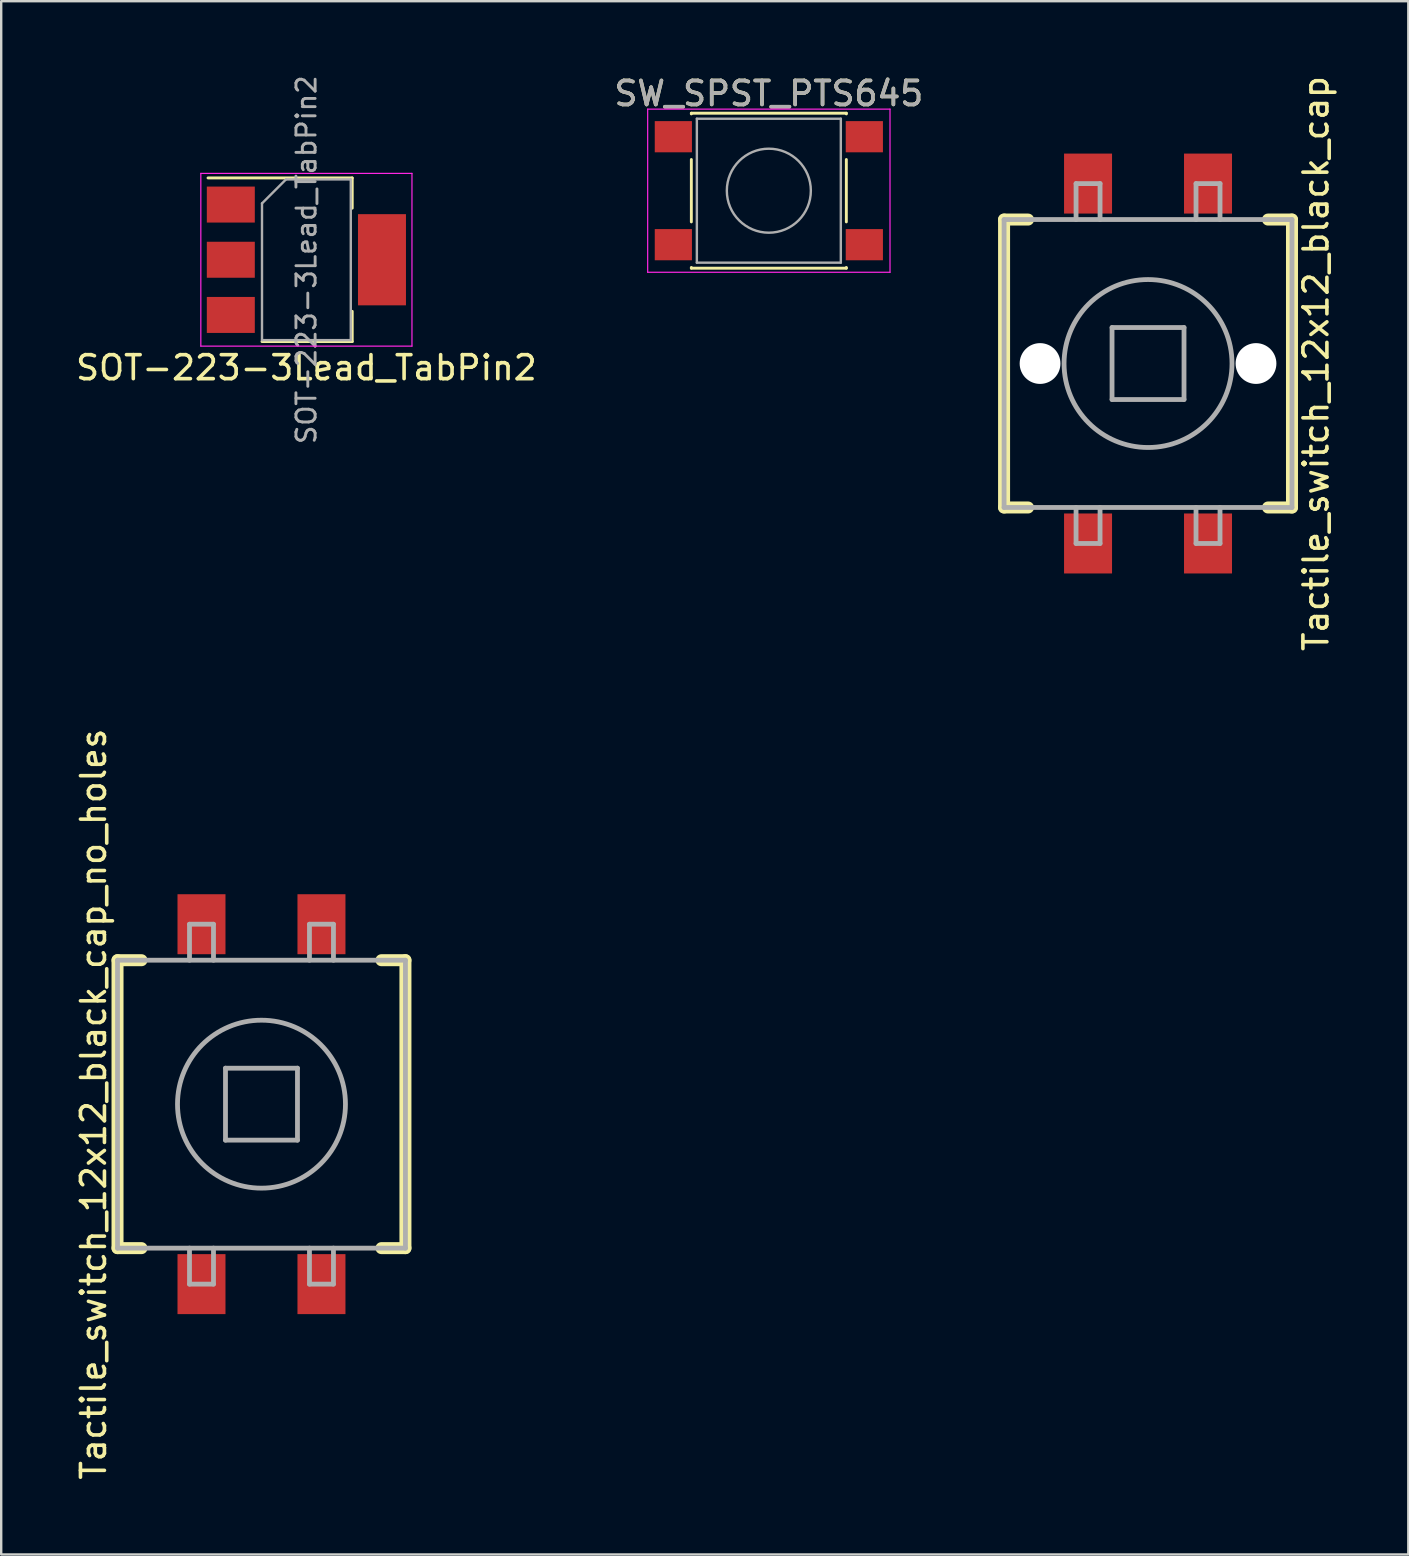
<source format=kicad_pcb>
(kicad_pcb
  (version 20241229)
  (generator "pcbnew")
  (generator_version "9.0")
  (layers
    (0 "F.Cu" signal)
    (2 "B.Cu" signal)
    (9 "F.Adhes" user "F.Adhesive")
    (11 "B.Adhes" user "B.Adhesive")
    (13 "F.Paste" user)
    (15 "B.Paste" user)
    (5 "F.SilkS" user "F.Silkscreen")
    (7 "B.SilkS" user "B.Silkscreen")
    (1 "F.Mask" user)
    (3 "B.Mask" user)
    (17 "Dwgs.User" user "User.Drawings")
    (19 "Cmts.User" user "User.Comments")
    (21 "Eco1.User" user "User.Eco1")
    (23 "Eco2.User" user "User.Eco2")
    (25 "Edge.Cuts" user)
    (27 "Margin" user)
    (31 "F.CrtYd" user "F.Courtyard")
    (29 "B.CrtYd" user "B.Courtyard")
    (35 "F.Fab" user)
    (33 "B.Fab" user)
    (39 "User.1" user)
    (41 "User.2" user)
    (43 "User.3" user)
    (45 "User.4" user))
  (footprint "Tactile_switch_12x12_black_cap"
    (layer "F.Cu")
    (at 44.798 12.101)
    (property "Reference" "Tactile_switch_12x12_black_cap" (at 7 0 90) (layer "F.SilkS") (effects (font (size 1 1) (thickness 0.15))))
    (attr through_hole)
    (fp_line (start -6 -6) (end -6 6) (stroke (width 0.5) (type solid)) (layer "F.SilkS"))
    (fp_line (start -6 -6) (end -5 -6) (stroke (width 0.5) (type solid)) (layer "F.SilkS"))
    (fp_line (start -6 6) (end -5 6) (stroke (width 0.5) (type solid)) (layer "F.SilkS"))
    (fp_line (start 5 -6) (end 6 -6) (stroke (width 0.5) (type solid)) (layer "F.SilkS"))
    (fp_line (start 6 -6) (end 6 6) (stroke (width 0.5) (type solid)) (layer "F.SilkS"))
    (fp_line (start 6 6) (end 5 6) (stroke (width 0.5) (type solid)) (layer "F.SilkS"))
    (fp_line (start -6 -6) (end 6 -6) (stroke (width 0.2) (type solid)) (layer "F.Fab"))
    (fp_line (start -6 6) (end -6 -6) (stroke (width 0.2) (type solid)) (layer "F.Fab"))
    (fp_line (start -3 -7.5) (end -2 -7.5) (stroke (width 0.2) (type solid)) (layer "F.Fab"))
    (fp_line (start -3 -6) (end -3 -7.5) (stroke (width 0.2) (type solid)) (layer "F.Fab"))
    (fp_line (start -3 7.5) (end -3 6) (stroke (width 0.2) (type solid)) (layer "F.Fab"))
    (fp_line (start -2 -7.5) (end -2 -6) (stroke (width 0.2) (type solid)) (layer "F.Fab"))
    (fp_line (start -2 6) (end -2 7.5) (stroke (width 0.2) (type solid)) (layer "F.Fab"))
    (fp_line (start -2 7.5) (end -3 7.5) (stroke (width 0.2) (type solid)) (layer "F.Fab"))
    (fp_line (start -1.5 -1.5) (end 1.5 -1.5) (stroke (width 0.2) (type solid)) (layer "F.Fab"))
    (fp_line (start -1.5 1.5) (end -1.5 -1.5) (stroke (width 0.2) (type solid)) (layer "F.Fab"))
    (fp_line (start 1.5 -1.5) (end 1.5 1.5) (stroke (width 0.2) (type solid)) (layer "F.Fab"))
    (fp_line (start 1.5 1.5) (end -1.5 1.5) (stroke (width 0.2) (type solid)) (layer "F.Fab"))
    (fp_line (start 2 -7.5) (end 3 -7.5) (stroke (width 0.2) (type solid)) (layer "F.Fab"))
    (fp_line (start 2 -6) (end 2 -7.5) (stroke (width 0.2) (type solid)) (layer "F.Fab"))
    (fp_line (start 2 7.5) (end 2 6) (stroke (width 0.2) (type solid)) (layer "F.Fab"))
    (fp_line (start 3 -7.5) (end 3 -6) (stroke (width 0.2) (type solid)) (layer "F.Fab"))
    (fp_line (start 3 6) (end 3 7.5) (stroke (width 0.2) (type solid)) (layer "F.Fab"))
    (fp_line (start 3 7.5) (end 2 7.5) (stroke (width 0.2) (type solid)) (layer "F.Fab"))
    (fp_line (start 6 -6) (end 6 6) (stroke (width 0.2) (type solid)) (layer "F.Fab"))
    (fp_line (start 6 6) (end -6 6) (stroke (width 0.2) (type solid)) (layer "F.Fab"))
    (fp_circle (center 0 0) (end 0 -3.5) (stroke (width 0.2) (type solid)) (fill no) (layer "F.Fab"))
    (pad "" np_thru_hole circle (at -4.5 0) (size 1.7 1.7) (drill 1.7) (layers "*.Cu" "*.Mask"))
    (pad "" np_thru_hole circle (at 4.5 0) (size 1.7 1.7) (drill 1.7) (layers "*.Cu" "*.Mask"))
    (pad "1" smd rect (at -2.5 7.5) (size 2 2.5) (layers "F.Cu" "F.Mask" "F.Paste"))
    (pad "2" smd rect (at 2.5 7.5) (size 2 2.5) (layers "F.Cu" "F.Mask" "F.Paste"))
    (pad "3" smd rect (at 2.5 -7.5) (size 2 2.5) (layers "F.Cu" "F.Mask" "F.Paste"))
    (pad "4" smd rect (at -2.5 -7.5) (size 2 2.5) (layers "F.Cu" "F.Mask" "F.Paste")))
  (footprint "Tactile_switch_12x12_black_cap_no_holes"
    (layer "F.Cu")
    (at 7.848 42.97)
    (property "Reference" "Tactile_switch_12x12_black_cap_no_holes" (at -7 0 90) (layer "F.SilkS") (effects (font (size 1 1) (thickness 0.15))))
    (attr through_hole)
    (fp_line (start -6 -6) (end -6 6) (stroke (width 0.5) (type solid)) (layer "F.SilkS"))
    (fp_line (start -6 -6) (end -5 -6) (stroke (width 0.5) (type solid)) (layer "F.SilkS"))
    (fp_line (start -6 6) (end -5 6) (stroke (width 0.5) (type solid)) (layer "F.SilkS"))
    (fp_line (start 5 -6) (end 6 -6) (stroke (width 0.5) (type solid)) (layer "F.SilkS"))
    (fp_line (start 6 -6) (end 6 6) (stroke (width 0.5) (type solid)) (layer "F.SilkS"))
    (fp_line (start 6 6) (end 5 6) (stroke (width 0.5) (type solid)) (layer "F.SilkS"))
    (fp_line (start -6 -6) (end 6 -6) (stroke (width 0.2) (type solid)) (layer "F.Fab"))
    (fp_line (start -6 6) (end -6 -6) (stroke (width 0.2) (type solid)) (layer "F.Fab"))
    (fp_line (start -3 -7.5) (end -2 -7.5) (stroke (width 0.2) (type solid)) (layer "F.Fab"))
    (fp_line (start -3 -6) (end -3 -7.5) (stroke (width 0.2) (type solid)) (layer "F.Fab"))
    (fp_line (start -3 7.5) (end -3 6) (stroke (width 0.2) (type solid)) (layer "F.Fab"))
    (fp_line (start -2 -7.5) (end -2 -6) (stroke (width 0.2) (type solid)) (layer "F.Fab"))
    (fp_line (start -2 6) (end -2 7.5) (stroke (width 0.2) (type solid)) (layer "F.Fab"))
    (fp_line (start -2 7.5) (end -3 7.5) (stroke (width 0.2) (type solid)) (layer "F.Fab"))
    (fp_line (start -1.5 -1.5) (end 1.5 -1.5) (stroke (width 0.2) (type solid)) (layer "F.Fab"))
    (fp_line (start -1.5 1.5) (end -1.5 -1.5) (stroke (width 0.2) (type solid)) (layer "F.Fab"))
    (fp_line (start 1.5 -1.5) (end 1.5 1.5) (stroke (width 0.2) (type solid)) (layer "F.Fab"))
    (fp_line (start 1.5 1.5) (end -1.5 1.5) (stroke (width 0.2) (type solid)) (layer "F.Fab"))
    (fp_line (start 2 -7.5) (end 3 -7.5) (stroke (width 0.2) (type solid)) (layer "F.Fab"))
    (fp_line (start 2 -6) (end 2 -7.5) (stroke (width 0.2) (type solid)) (layer "F.Fab"))
    (fp_line (start 2 7.5) (end 2 6) (stroke (width 0.2) (type solid)) (layer "F.Fab"))
    (fp_line (start 3 -7.5) (end 3 -6) (stroke (width 0.2) (type solid)) (layer "F.Fab"))
    (fp_line (start 3 6) (end 3 7.5) (stroke (width 0.2) (type solid)) (layer "F.Fab"))
    (fp_line (start 3 7.5) (end 2 7.5) (stroke (width 0.2) (type solid)) (layer "F.Fab"))
    (fp_line (start 6 -6) (end 6 6) (stroke (width 0.2) (type solid)) (layer "F.Fab"))
    (fp_line (start 6 6) (end -6 6) (stroke (width 0.2) (type solid)) (layer "F.Fab"))
    (fp_circle (center 0 0) (end 0 -3.5) (stroke (width 0.2) (type solid)) (fill no) (layer "F.Fab"))
    (pad "1" smd rect (at -2.5 7.5) (size 2 2.5) (layers "F.Cu" "F.Mask" "F.Paste"))
    (pad "2" smd rect (at 2.5 7.5) (size 2 2.5) (layers "F.Cu" "F.Mask" "F.Paste"))
    (pad "3" smd rect (at 2.5 -7.5) (size 2 2.5) (layers "F.Cu" "F.Mask" "F.Paste"))
    (pad "4" smd rect (at -2.5 -7.5) (size 2 2.5) (layers "F.Cu" "F.Mask" "F.Paste")))
  (footprint "SW_SPST_PTS645"
    (layer "F.Cu")
    (at 28.994 4.898)
    (property "Reference" "SW_SPST_PTS645" (at 0 -4.05 0) (layer "F.SilkS") (effects (font (size 1 1) (thickness 0.15))))
    (attr smd)
    (fp_line (start -3.23 -3.23) (end 3.23 -3.23) (stroke (width 0.12) (type solid)) (layer "F.SilkS"))
    (fp_line (start -3.23 -3.2) (end -3.23 -3.23) (stroke (width 0.12) (type solid)) (layer "F.SilkS"))
    (fp_line (start -3.23 -1.3) (end -3.23 1.3) (stroke (width 0.12) (type solid)) (layer "F.SilkS"))
    (fp_line (start -3.23 3.23) (end -3.23 3.2) (stroke (width 0.12) (type solid)) (layer "F.SilkS"))
    (fp_line (start -3.23 3.23) (end 3.23 3.23) (stroke (width 0.12) (type solid)) (layer "F.SilkS"))
    (fp_line (start 3.23 -3.23) (end 3.23 -3.2) (stroke (width 0.12) (type solid)) (layer "F.SilkS"))
    (fp_line (start 3.23 -1.3) (end 3.23 1.3) (stroke (width 0.12) (type solid)) (layer "F.SilkS"))
    (fp_line (start 3.23 3.23) (end 3.23 3.2) (stroke (width 0.12) (type solid)) (layer "F.SilkS"))
    (fp_line (start -5.05 -3.4) (end -5.05 3.4) (stroke (width 0.05) (type solid)) (layer "F.CrtYd"))
    (fp_line (start -5.05 -3.4) (end 5.05 -3.4) (stroke (width 0.05) (type solid)) (layer "F.CrtYd"))
    (fp_line (start -5.05 3.4) (end 5.05 3.4) (stroke (width 0.05) (type solid)) (layer "F.CrtYd"))
    (fp_line (start 5.05 3.4) (end 5.05 -3.4) (stroke (width 0.05) (type solid)) (layer "F.CrtYd"))
    (fp_line (start -3 -3) (end -3 3) (stroke (width 0.1) (type solid)) (layer "F.Fab"))
    (fp_line (start -3 3) (end 3 3) (stroke (width 0.1) (type solid)) (layer "F.Fab"))
    (fp_line (start 3 -3) (end -3 -3) (stroke (width 0.1) (type solid)) (layer "F.Fab"))
    (fp_line (start 3 3) (end 3 -3) (stroke (width 0.1) (type solid)) (layer "F.Fab"))
    (fp_circle (center 0 0) (end 1.75 -0.05) (stroke (width 0.1) (type solid)) (fill no) (layer "F.Fab"))
    (fp_text user "${REFERENCE}" (at 0 -4.05 0) (layer "F.Fab") (effects (font (size 1 1) (thickness 0.15))))
    (pad "1" smd rect (at -3.98 -2.25) (size 1.55 1.3) (layers "F.Cu" "F.Mask" "F.Paste"))
    (pad "1" smd rect (at 3.98 -2.25) (size 1.55 1.3) (layers "F.Cu" "F.Mask" "F.Paste"))
    (pad "2" smd rect (at -3.98 2.25) (size 1.55 1.3) (layers "F.Cu" "F.Mask" "F.Paste"))
    (pad "2" smd rect (at 3.98 2.25) (size 1.55 1.3) (layers "F.Cu" "F.Mask" "F.Paste")))
  (footprint "SOT-223-3Lead_TabPin2"
    (layer "F.Cu")
    (at 9.72 7.776)
    (property "Reference" "SOT-223-3Lead_TabPin2" (at 0 4.5 0) (layer "F.SilkS") (effects (font (size 1 1) (thickness 0.15))))
    (attr smd)
    (fp_line (start -4.1 -3.41) (end 1.91 -3.41) (stroke (width 0.12) (type solid)) (layer "F.SilkS"))
    (fp_line (start -1.85 3.41) (end 1.91 3.41) (stroke (width 0.12) (type solid)) (layer "F.SilkS"))
    (fp_line (start 1.91 -3.41) (end 1.91 -2.15) (stroke (width 0.12) (type solid)) (layer "F.SilkS"))
    (fp_line (start 1.91 3.41) (end 1.91 2.15) (stroke (width 0.12) (type solid)) (layer "F.SilkS"))
    (fp_line (start -4.4 -3.6) (end -4.4 3.6) (stroke (width 0.05) (type solid)) (layer "F.CrtYd"))
    (fp_line (start -4.4 3.6) (end 4.4 3.6) (stroke (width 0.05) (type solid)) (layer "F.CrtYd"))
    (fp_line (start 4.4 -3.6) (end -4.4 -3.6) (stroke (width 0.05) (type solid)) (layer "F.CrtYd"))
    (fp_line (start 4.4 3.6) (end 4.4 -3.6) (stroke (width 0.05) (type solid)) (layer "F.CrtYd"))
    (fp_line (start -1.85 -2.35) (end -1.85 3.35) (stroke (width 0.1) (type solid)) (layer "F.Fab"))
    (fp_line (start -1.85 -2.35) (end -0.85 -3.35) (stroke (width 0.1) (type solid)) (layer "F.Fab"))
    (fp_line (start -1.85 3.35) (end 1.85 3.35) (stroke (width 0.1) (type solid)) (layer "F.Fab"))
    (fp_line (start -0.85 -3.35) (end 1.85 -3.35) (stroke (width 0.1) (type solid)) (layer "F.Fab"))
    (fp_line (start 1.85 -3.35) (end 1.85 3.35) (stroke (width 0.1) (type solid)) (layer "F.Fab"))
    (fp_text user "${REFERENCE}" (at 0 0 90) (layer "F.Fab") (effects (font (size 0.8 0.8) (thickness 0.12))))
    (pad "1" smd rect (at -3.15 -2.3) (size 2 1.5) (layers "F.Cu" "F.Mask" "F.Paste"))
    (pad "2" smd rect (at -3.15 0) (size 2 1.5) (layers "F.Cu" "F.Mask" "F.Paste"))
    (pad "2" smd rect (at 3.15 0) (size 2 3.8) (layers "F.Cu" "F.Mask" "F.Paste"))
    (pad "3" smd rect (at -3.15 2.3) (size 2 1.5) (layers "F.Cu" "F.Mask" "F.Paste")))
  (gr_rect
    (start -3 -3)
    (end 55.646 61.738)
    (stroke (width 0.1) (type default))
    (fill no)
    (layer "Edge.Cuts")))
</source>
